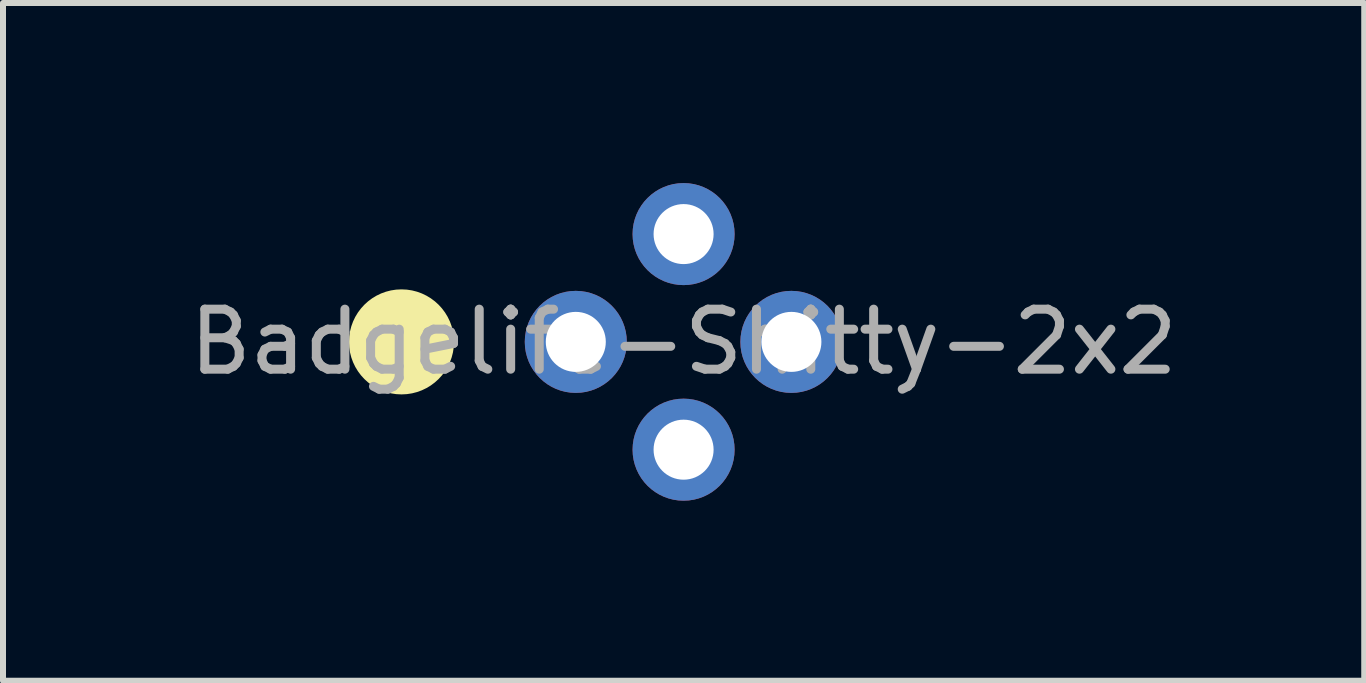
<source format=kicad_pcb>
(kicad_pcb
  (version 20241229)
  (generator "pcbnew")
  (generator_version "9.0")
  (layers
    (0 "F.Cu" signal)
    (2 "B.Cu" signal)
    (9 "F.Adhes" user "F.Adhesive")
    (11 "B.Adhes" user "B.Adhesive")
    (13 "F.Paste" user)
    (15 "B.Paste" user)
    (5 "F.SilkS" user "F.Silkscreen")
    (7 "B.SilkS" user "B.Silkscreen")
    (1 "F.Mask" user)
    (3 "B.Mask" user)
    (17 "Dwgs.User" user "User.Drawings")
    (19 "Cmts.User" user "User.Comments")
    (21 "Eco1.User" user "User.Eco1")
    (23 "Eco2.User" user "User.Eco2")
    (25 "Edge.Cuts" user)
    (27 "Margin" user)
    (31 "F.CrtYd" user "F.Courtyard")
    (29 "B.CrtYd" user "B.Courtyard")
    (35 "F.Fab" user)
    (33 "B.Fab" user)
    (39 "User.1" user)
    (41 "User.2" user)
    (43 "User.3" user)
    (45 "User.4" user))
  (footprint "Badgelife-Shitty-2x2"
    (layer "F.Cu")
    (at 8.339 2.646)
    (property "Reference" "Badgelife-Shitty-2x2" (at 0 0 0) (layer "F.Fab") (effects (font (size 1 1) (thickness 0.15))))
    (attr through_hole)
    (fp_circle (center -4.7 0) (end -4.6 0) (stroke (width 0.15) (type solid)) (fill no) (layer "F.SilkS"))
    (fp_circle (center -4.7 0) (end -4.5 0) (stroke (width 0.15) (type solid)) (fill no) (layer "F.SilkS"))
    (fp_circle (center -4.7 0) (end -4.4 0) (stroke (width 0.15) (type solid)) (fill no) (layer "F.SilkS"))
    (fp_circle (center -4.7 0) (end -4.3 -0.1) (stroke (width 0.15) (type solid)) (fill no) (layer "F.SilkS"))
    (fp_circle (center -4.7 0) (end -4.2 -0.2) (stroke (width 0.15) (type solid)) (fill no) (layer "F.SilkS"))
    (fp_circle (center -4.7 0) (end -4.1 -0.3) (stroke (width 0.15) (type solid)) (fill no) (layer "F.SilkS"))
    (fp_circle (center -4.7 0) (end -3.9 0) (stroke (width 0.15) (type solid)) (fill no) (layer "F.SilkS"))
    (pad "1" thru_hole oval (at -1.796 0) (size 1.7 1.7) (drill 1) (layers "*.Cu" "*.Mask"))
    (pad "2" thru_hole circle (at 0 -1.796) (size 1.7 1.7) (drill 1) (layers "*.Cu" "*.Mask"))
    (pad "3" thru_hole oval (at 0 1.796) (size 1.7 1.7) (drill 1) (layers "*.Cu" "*.Mask"))
    (pad "4" thru_hole oval (at 1.796 0) (size 1.7 1.7) (drill 1) (layers "*.Cu" "*.Mask")))
  (gr_rect
    (start -3 -3)
    (end 19.679 8.292)
    (stroke (width 0.1) (type default))
    (fill no)
    (layer "Edge.Cuts")))
</source>
